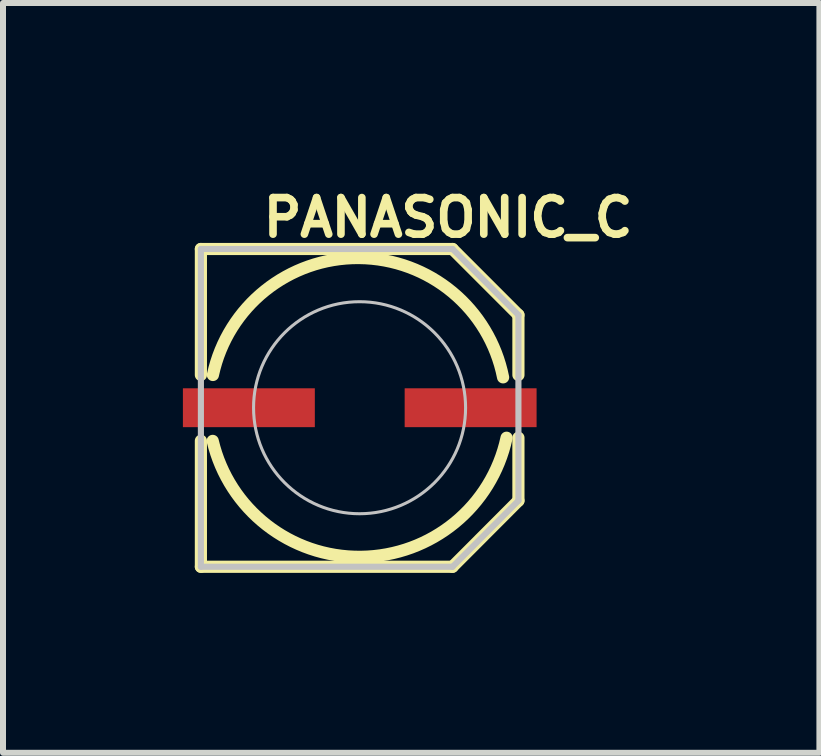
<source format=kicad_pcb>
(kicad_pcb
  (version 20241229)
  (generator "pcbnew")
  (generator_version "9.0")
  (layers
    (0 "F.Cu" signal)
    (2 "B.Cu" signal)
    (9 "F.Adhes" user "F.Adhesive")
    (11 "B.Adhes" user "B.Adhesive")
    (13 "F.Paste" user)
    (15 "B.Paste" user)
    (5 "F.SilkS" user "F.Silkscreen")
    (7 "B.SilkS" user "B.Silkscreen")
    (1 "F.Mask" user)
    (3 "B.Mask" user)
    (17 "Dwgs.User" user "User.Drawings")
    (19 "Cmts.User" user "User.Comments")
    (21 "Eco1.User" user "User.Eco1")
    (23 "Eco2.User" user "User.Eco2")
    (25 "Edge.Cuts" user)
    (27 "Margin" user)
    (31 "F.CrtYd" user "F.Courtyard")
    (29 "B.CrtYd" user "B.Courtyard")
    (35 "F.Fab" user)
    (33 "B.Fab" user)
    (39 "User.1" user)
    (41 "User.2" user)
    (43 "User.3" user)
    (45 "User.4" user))
  (footprint "PANASONIC_C"
    (layer "F.Cu")
    (at 2.898 3.551)
    (property "Reference" "PANASONIC_C" (at 1.524 -2.972 0) (layer "F.SilkS") (effects (font (size 0.61 0.61) (thickness 0.127))))
    (attr smd)
    (fp_line (start -2.598 -2.449) (end -2.598 -0.348) (stroke (width 0.203) (type solid)) (layer "F.SilkS"))
    (fp_line (start -2.598 -2.449) (end 1.598 -2.449) (stroke (width 0.203) (type solid)) (layer "F.SilkS"))
    (fp_line (start -2.598 2.85) (end -2.598 0.749) (stroke (width 0.203) (type solid)) (layer "F.SilkS"))
    (fp_line (start 1.598 -2.449) (end 2.697 -1.349) (stroke (width 0.203) (type solid)) (layer "F.SilkS"))
    (fp_line (start 1.598 2.85) (end -2.598 2.85) (stroke (width 0.203) (type solid)) (layer "F.SilkS"))
    (fp_line (start 2.697 -1.349) (end 2.697 -0.348) (stroke (width 0.203) (type solid)) (layer "F.SilkS"))
    (fp_line (start 2.697 1.748) (end 1.598 2.85) (stroke (width 0.203) (type solid)) (layer "F.SilkS"))
    (fp_line (start 2.697 1.748) (end 2.697 0.699) (stroke (width 0.203) (type solid)) (layer "F.SilkS"))
    (fp_arc (start -2.39776 -0.34798) (mid 0.03782 -2.298223) (end 2.441448 -0.308732) (stroke (width 0.2032) (type solid)) (layer "F.SilkS"))
    (fp_arc (start 2.49936 0.6985) (mid 0.070245 2.684399) (end -2.4011 0.751306) (stroke (width 0.2032) (type solid)) (layer "F.SilkS"))
    (fp_line (start -2.598 -2.449) (end -2.598 2.85) (stroke (width 0.102) (type solid)) (layer "Dwgs.User"))
    (fp_line (start -2.598 -2.449) (end 1.598 -2.449) (stroke (width 0.102) (type solid)) (layer "Dwgs.User"))
    (fp_line (start 1.598 -2.449) (end 2.697 -1.349) (stroke (width 0.102) (type solid)) (layer "Dwgs.User"))
    (fp_line (start 1.598 2.85) (end -2.598 2.85) (stroke (width 0.102) (type solid)) (layer "Dwgs.User"))
    (fp_line (start 2.697 -1.349) (end 2.697 1.748) (stroke (width 0.102) (type solid)) (layer "Dwgs.User"))
    (fp_line (start 2.697 1.748) (end 1.598 2.85) (stroke (width 0.102) (type solid)) (layer "Dwgs.User"))
    (fp_circle (center 0.048 0.198) (end 1.298 1.448) (stroke (width 0.051) (type solid)) (fill no) (layer "Dwgs.User"))
    (pad "+" smd rect (at 1.9 0.198) (size 2.2 0.648) (layers "F.Cu" "F.Mask" "F.Paste"))
    (pad "-" smd rect (at -1.798 0.198) (size 2.2 0.648) (layers "F.Cu" "F.Mask" "F.Paste")))
  (gr_rect
    (start -3 -3)
    (end 10.614 9.503)
    (stroke (width 0.1) (type default))
    (fill no)
    (layer "Edge.Cuts")))
</source>
